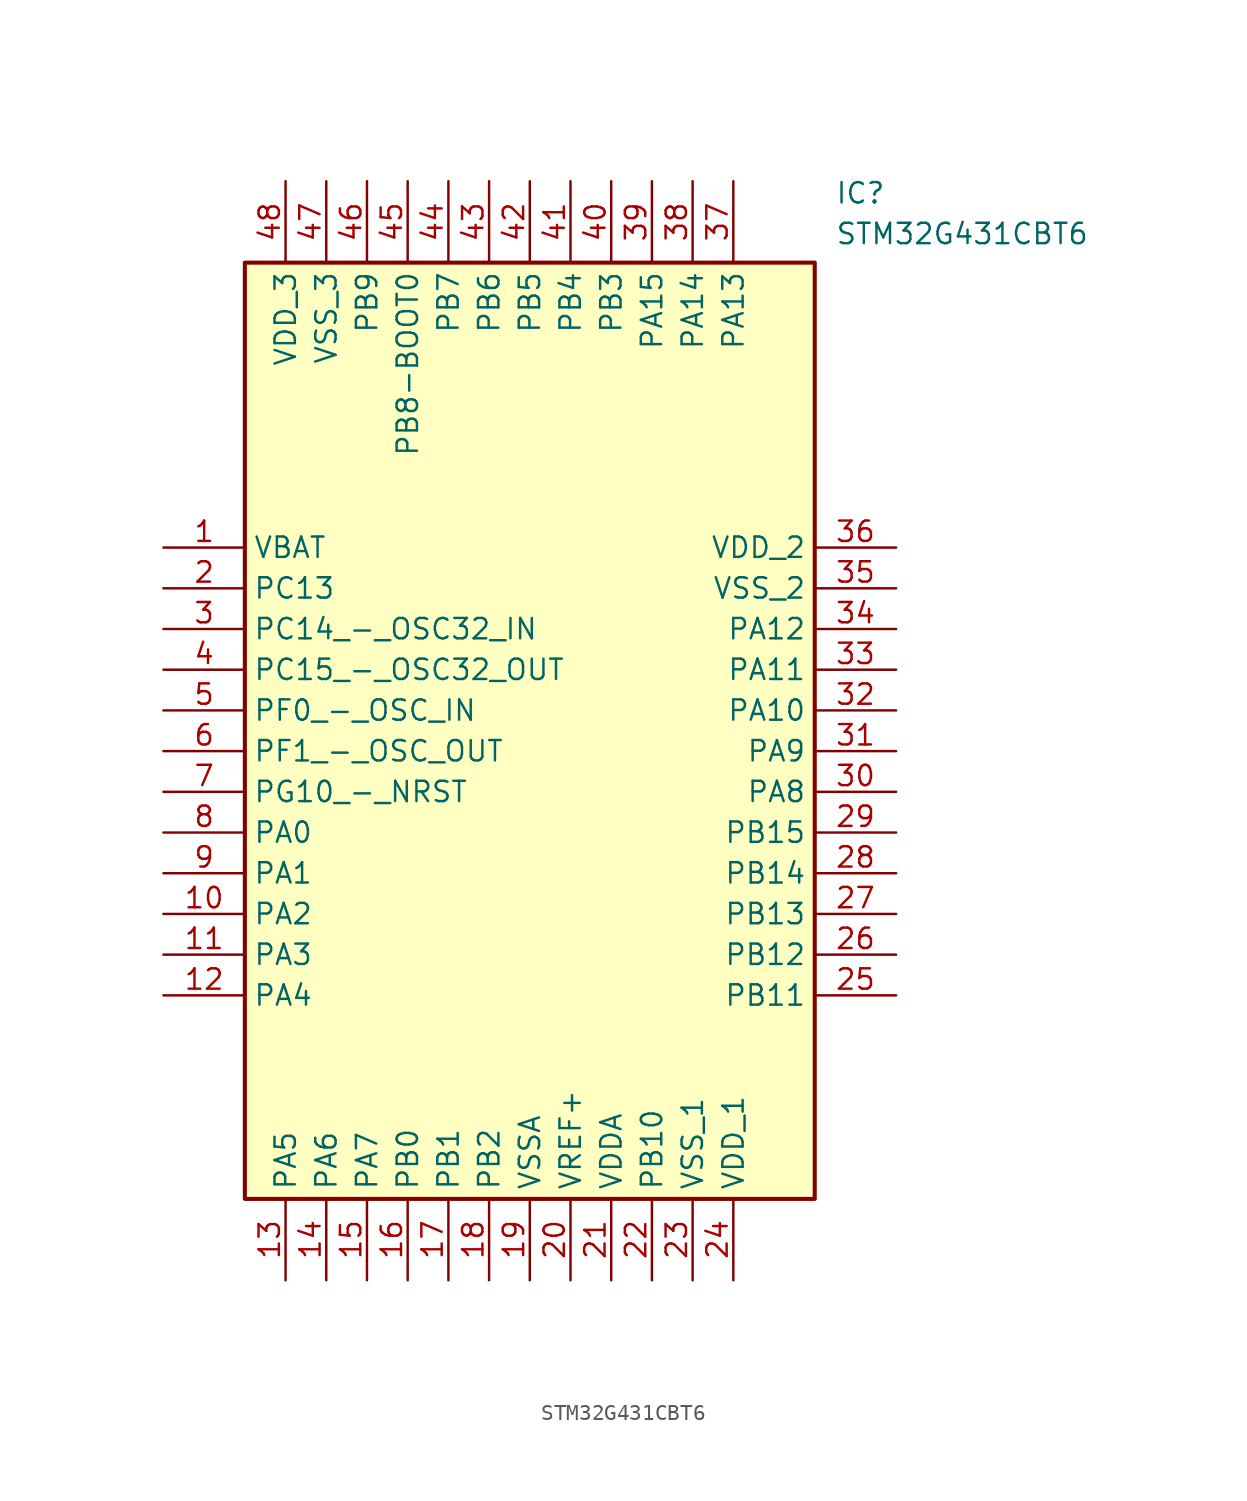
<source format=kicad_sym>
(kicad_symbol_lib
  (version 20211014)
  (generator SamacSys_ECAD_Model)
  (symbol "STM32G431CBT6"
    (property "Reference" "IC"
      (at 41.91 22.86 0)
      (effects (font (size 1.27 1.27)) (justify left top)))
    (property "Value" "STM32G431CBT6"
      (at 41.91 20.32 0)
      (effects (font (size 1.27 1.27)) (justify left top)))
    (rectangle
      (start 5.08 17.78)
      (end 40.64 -40.64)
      (stroke (width 0.254) (type default))
      (fill (type background)))
    (pin passive line
      (at 0 0 0)
      (length 5.08)
      (name "VBAT" (effects (font (size 1.27 1.27))))
      (number "1" (effects (font (size 1.27 1.27)))))
    (pin passive line
      (at 0 -2.54 0)
      (length 5.08)
      (name "PC13" (effects (font (size 1.27 1.27))))
      (number "2" (effects (font (size 1.27 1.27)))))
    (pin passive line
      (at 0 -5.08 0)
      (length 5.08)
      (name "PC14_-_OSC32_IN" (effects (font (size 1.27 1.27))))
      (number "3" (effects (font (size 1.27 1.27)))))
    (pin passive line
      (at 0 -7.62 0)
      (length 5.08)
      (name "PC15_-_OSC32_OUT" (effects (font (size 1.27 1.27))))
      (number "4" (effects (font (size 1.27 1.27)))))
    (pin passive line
      (at 0 -10.16 0)
      (length 5.08)
      (name "PF0_-_OSC_IN" (effects (font (size 1.27 1.27))))
      (number "5" (effects (font (size 1.27 1.27)))))
    (pin passive line
      (at 0 -12.7 0)
      (length 5.08)
      (name "PF1_-_OSC_OUT" (effects (font (size 1.27 1.27))))
      (number "6" (effects (font (size 1.27 1.27)))))
    (pin passive line
      (at 0 -15.24 0)
      (length 5.08)
      (name "PG10_-_NRST" (effects (font (size 1.27 1.27))))
      (number "7" (effects (font (size 1.27 1.27)))))
    (pin passive line
      (at 0 -17.78 0)
      (length 5.08)
      (name "PA0" (effects (font (size 1.27 1.27))))
      (number "8" (effects (font (size 1.27 1.27)))))
    (pin passive line
      (at 0 -20.32 0)
      (length 5.08)
      (name "PA1" (effects (font (size 1.27 1.27))))
      (number "9" (effects (font (size 1.27 1.27)))))
    (pin passive line
      (at 0 -22.86 0)
      (length 5.08)
      (name "PA2" (effects (font (size 1.27 1.27))))
      (number "10" (effects (font (size 1.27 1.27)))))
    (pin passive line
      (at 0 -25.4 0)
      (length 5.08)
      (name "PA3" (effects (font (size 1.27 1.27))))
      (number "11" (effects (font (size 1.27 1.27)))))
    (pin passive line
      (at 0 -27.94 0)
      (length 5.08)
      (name "PA4" (effects (font (size 1.27 1.27))))
      (number "12" (effects (font (size 1.27 1.27)))))
    (pin passive line
      (at 7.62 -45.72 90)
      (length 5.08)
      (name "PA5" (effects (font (size 1.27 1.27))))
      (number "13" (effects (font (size 1.27 1.27)))))
    (pin passive line
      (at 10.16 -45.72 90)
      (length 5.08)
      (name "PA6" (effects (font (size 1.27 1.27))))
      (number "14" (effects (font (size 1.27 1.27)))))
    (pin passive line
      (at 12.7 -45.72 90)
      (length 5.08)
      (name "PA7" (effects (font (size 1.27 1.27))))
      (number "15" (effects (font (size 1.27 1.27)))))
    (pin passive line
      (at 15.24 -45.72 90)
      (length 5.08)
      (name "PB0" (effects (font (size 1.27 1.27))))
      (number "16" (effects (font (size 1.27 1.27)))))
    (pin passive line
      (at 17.78 -45.72 90)
      (length 5.08)
      (name "PB1" (effects (font (size 1.27 1.27))))
      (number "17" (effects (font (size 1.27 1.27)))))
    (pin passive line
      (at 20.32 -45.72 90)
      (length 5.08)
      (name "PB2" (effects (font (size 1.27 1.27))))
      (number "18" (effects (font (size 1.27 1.27)))))
    (pin passive line
      (at 22.86 -45.72 90)
      (length 5.08)
      (name "VSSA" (effects (font (size 1.27 1.27))))
      (number "19" (effects (font (size 1.27 1.27)))))
    (pin passive line
      (at 25.4 -45.72 90)
      (length 5.08)
      (name "VREF+" (effects (font (size 1.27 1.27))))
      (number "20" (effects (font (size 1.27 1.27)))))
    (pin passive line
      (at 27.94 -45.72 90)
      (length 5.08)
      (name "VDDA" (effects (font (size 1.27 1.27))))
      (number "21" (effects (font (size 1.27 1.27)))))
    (pin passive line
      (at 30.48 -45.72 90)
      (length 5.08)
      (name "PB10" (effects (font (size 1.27 1.27))))
      (number "22" (effects (font (size 1.27 1.27)))))
    (pin passive line
      (at 33.02 -45.72 90)
      (length 5.08)
      (name "VSS_1" (effects (font (size 1.27 1.27))))
      (number "23" (effects (font (size 1.27 1.27)))))
    (pin passive line
      (at 35.56 -45.72 90)
      (length 5.08)
      (name "VDD_1" (effects (font (size 1.27 1.27))))
      (number "24" (effects (font (size 1.27 1.27)))))
    (pin passive line
      (at 45.72 0 180)
      (length 5.08)
      (name "VDD_2" (effects (font (size 1.27 1.27))))
      (number "36" (effects (font (size 1.27 1.27)))))
    (pin passive line
      (at 45.72 -2.54 180)
      (length 5.08)
      (name "VSS_2" (effects (font (size 1.27 1.27))))
      (number "35" (effects (font (size 1.27 1.27)))))
    (pin passive line
      (at 45.72 -5.08 180)
      (length 5.08)
      (name "PA12" (effects (font (size 1.27 1.27))))
      (number "34" (effects (font (size 1.27 1.27)))))
    (pin passive line
      (at 45.72 -7.62 180)
      (length 5.08)
      (name "PA11" (effects (font (size 1.27 1.27))))
      (number "33" (effects (font (size 1.27 1.27)))))
    (pin passive line
      (at 45.72 -10.16 180)
      (length 5.08)
      (name "PA10" (effects (font (size 1.27 1.27))))
      (number "32" (effects (font (size 1.27 1.27)))))
    (pin passive line
      (at 45.72 -12.7 180)
      (length 5.08)
      (name "PA9" (effects (font (size 1.27 1.27))))
      (number "31" (effects (font (size 1.27 1.27)))))
    (pin passive line
      (at 45.72 -15.24 180)
      (length 5.08)
      (name "PA8" (effects (font (size 1.27 1.27))))
      (number "30" (effects (font (size 1.27 1.27)))))
    (pin passive line
      (at 45.72 -17.78 180)
      (length 5.08)
      (name "PB15" (effects (font (size 1.27 1.27))))
      (number "29" (effects (font (size 1.27 1.27)))))
    (pin passive line
      (at 45.72 -20.32 180)
      (length 5.08)
      (name "PB14" (effects (font (size 1.27 1.27))))
      (number "28" (effects (font (size 1.27 1.27)))))
    (pin passive line
      (at 45.72 -22.86 180)
      (length 5.08)
      (name "PB13" (effects (font (size 1.27 1.27))))
      (number "27" (effects (font (size 1.27 1.27)))))
    (pin passive line
      (at 45.72 -25.4 180)
      (length 5.08)
      (name "PB12" (effects (font (size 1.27 1.27))))
      (number "26" (effects (font (size 1.27 1.27)))))
    (pin passive line
      (at 45.72 -27.94 180)
      (length 5.08)
      (name "PB11" (effects (font (size 1.27 1.27))))
      (number "25" (effects (font (size 1.27 1.27)))))
    (pin passive line
      (at 7.62 22.86 270)
      (length 5.08)
      (name "VDD_3" (effects (font (size 1.27 1.27))))
      (number "48" (effects (font (size 1.27 1.27)))))
    (pin passive line
      (at 10.16 22.86 270)
      (length 5.08)
      (name "VSS_3" (effects (font (size 1.27 1.27))))
      (number "47" (effects (font (size 1.27 1.27)))))
    (pin passive line
      (at 12.7 22.86 270)
      (length 5.08)
      (name "PB9" (effects (font (size 1.27 1.27))))
      (number "46" (effects (font (size 1.27 1.27)))))
    (pin passive line
      (at 15.24 22.86 270)
      (length 5.08)
      (name "PB8-BOOT0" (effects (font (size 1.27 1.27))))
      (number "45" (effects (font (size 1.27 1.27)))))
    (pin passive line
      (at 17.78 22.86 270)
      (length 5.08)
      (name "PB7" (effects (font (size 1.27 1.27))))
      (number "44" (effects (font (size 1.27 1.27)))))
    (pin passive line
      (at 20.32 22.86 270)
      (length 5.08)
      (name "PB6" (effects (font (size 1.27 1.27))))
      (number "43" (effects (font (size 1.27 1.27)))))
    (pin passive line
      (at 22.86 22.86 270)
      (length 5.08)
      (name "PB5" (effects (font (size 1.27 1.27))))
      (number "42" (effects (font (size 1.27 1.27)))))
    (pin passive line
      (at 25.4 22.86 270)
      (length 5.08)
      (name "PB4" (effects (font (size 1.27 1.27))))
      (number "41" (effects (font (size 1.27 1.27)))))
    (pin passive line
      (at 27.94 22.86 270)
      (length 5.08)
      (name "PB3" (effects (font (size 1.27 1.27))))
      (number "40" (effects (font (size 1.27 1.27)))))
    (pin passive line
      (at 30.48 22.86 270)
      (length 5.08)
      (name "PA15" (effects (font (size 1.27 1.27))))
      (number "39" (effects (font (size 1.27 1.27)))))
    (pin passive line
      (at 33.02 22.86 270)
      (length 5.08)
      (name "PA14" (effects (font (size 1.27 1.27))))
      (number "38" (effects (font (size 1.27 1.27)))))
    (pin passive line
      (at 35.56 22.86 270)
      (length 5.08)
      (name "PA13" (effects (font (size 1.27 1.27))))
      (number "37" (effects (font (size 1.27 1.27)))))))
</source>
